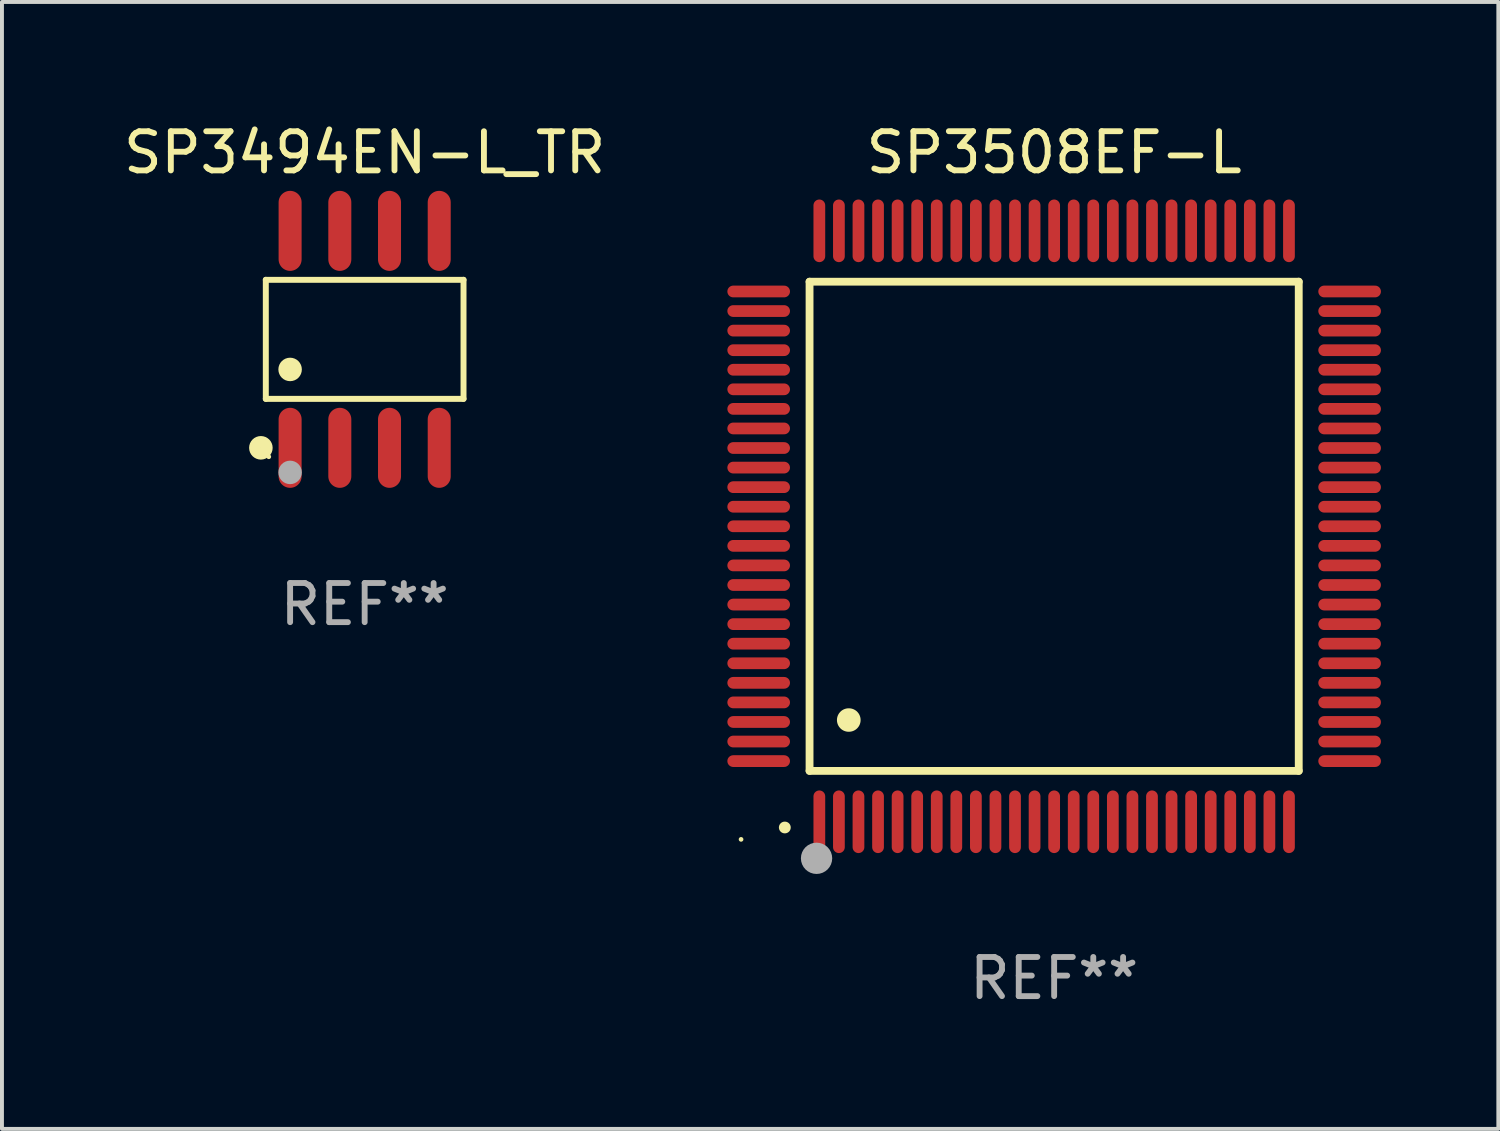
<source format=kicad_pcb>
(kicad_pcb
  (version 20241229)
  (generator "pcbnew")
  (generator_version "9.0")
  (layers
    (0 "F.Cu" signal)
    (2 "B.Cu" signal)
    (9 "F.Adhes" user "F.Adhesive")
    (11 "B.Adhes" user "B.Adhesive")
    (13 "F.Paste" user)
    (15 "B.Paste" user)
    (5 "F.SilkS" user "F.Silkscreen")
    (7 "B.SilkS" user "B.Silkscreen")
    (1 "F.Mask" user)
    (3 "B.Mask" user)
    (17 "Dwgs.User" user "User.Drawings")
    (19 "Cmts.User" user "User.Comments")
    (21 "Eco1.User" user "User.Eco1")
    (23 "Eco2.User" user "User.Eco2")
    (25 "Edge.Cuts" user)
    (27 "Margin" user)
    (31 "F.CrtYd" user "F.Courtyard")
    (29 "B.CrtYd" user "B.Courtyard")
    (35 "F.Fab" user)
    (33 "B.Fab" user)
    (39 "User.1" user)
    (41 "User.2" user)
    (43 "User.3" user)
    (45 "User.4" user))
  (footprint "SP3494EN-L_TR"
    (layer "F.Cu")
    (at 6.268 5.621)
    (property "Reference" "SP3494EN-L_TR" (at 0 -4.772 0) (layer "F.SilkS") (effects (font (size 1 1) (thickness 0.15))))
    (attr through_hole)
    (fp_line (start -2.526 -1.521) (end 2.526 -1.521) (stroke (width 0.152) (type solid)) (layer "F.SilkS"))
    (fp_line (start -2.526 1.521) (end -2.526 -1.521) (stroke (width 0.152) (type solid)) (layer "F.SilkS"))
    (fp_line (start 2.526 -1.521) (end 2.526 1.521) (stroke (width 0.152) (type solid)) (layer "F.SilkS"))
    (fp_line (start 2.526 1.521) (end -2.526 1.521) (stroke (width 0.152) (type solid)) (layer "F.SilkS"))
    (fp_circle (center -2.652 2.772) (end -2.501 2.772) (stroke (width 0.3) (type solid)) (fill no) (layer "F.SilkS"))
    (fp_circle (center -2.45 3) (end -2.42 3) (stroke (width 0.06) (type solid)) (fill no) (layer "F.SilkS"))
    (fp_circle (center -1.905 0.769) (end -1.755 0.769) (stroke (width 0.3) (type solid)) (fill no) (layer "F.SilkS"))
    (fp_circle (center -1.905 3.4) (end -1.755 3.4) (stroke (width 0.3) (type solid)) (fill no) (layer "F.Fab"))
    (fp_text user "REF**" (at 0 6.772 0) (layer "F.Fab") (effects (font (size 1 1) (thickness 0.15))))
    (pad "1" smd oval (at -1.905 2.772) (size 0.588 2.045) (layers "F.Cu" "F.Mask" "F.Paste"))
    (pad "2" smd oval (at -0.635 2.772) (size 0.588 2.045) (layers "F.Cu" "F.Mask" "F.Paste"))
    (pad "3" smd oval (at 0.635 2.772) (size 0.588 2.045) (layers "F.Cu" "F.Mask" "F.Paste"))
    (pad "4" smd oval (at 1.905 2.772) (size 0.588 2.045) (layers "F.Cu" "F.Mask" "F.Paste"))
    (pad "5" smd oval (at 1.905 -2.772) (size 0.588 2.045) (layers "F.Cu" "F.Mask" "F.Paste"))
    (pad "6" smd oval (at 0.635 -2.772) (size 0.588 2.045) (layers "F.Cu" "F.Mask" "F.Paste"))
    (pad "7" smd oval (at -0.635 -2.772) (size 0.588 2.045) (layers "F.Cu" "F.Mask" "F.Paste"))
    (pad "8" smd oval (at -1.905 -2.772) (size 0.588 2.045) (layers "F.Cu" "F.Mask" "F.Paste")))
  (footprint "SP3508EF-L"
    (layer "F.Cu")
    (at 23.886 10.398)
    (property "Reference" "SP3508EF-L" (at 0 -9.55 0) (layer "F.SilkS") (effects (font (size 1 1) (thickness 0.15))))
    (attr through_hole)
    (fp_line (start -6.25 -6.25) (end -6.25 6.25) (stroke (width 0.2) (type solid)) (layer "F.SilkS"))
    (fp_line (start -6.25 6.25) (end 6.25 6.25) (stroke (width 0.2) (type solid)) (layer "F.SilkS"))
    (fp_line (start 6.25 -6.25) (end -6.25 -6.25) (stroke (width 0.2) (type solid)) (layer "F.SilkS"))
    (fp_line (start 6.25 6.25) (end 6.25 -6.25) (stroke (width 0.2) (type solid)) (layer "F.SilkS"))
    (fp_arc (start -6.883414 7.696215) (mid -6.882144 7.69621) (end -6.880874 7.696215) (stroke (width 0.3) (type solid)) (layer "F.SilkS"))
    (fp_arc (start -5.250191 4.95047) (mid -5.247651 4.950459) (end -5.245111 4.95047) (stroke (width 0.6) (type solid)) (layer "F.SilkS"))
    (fp_circle (center -8 8) (end -7.97 8) (stroke (width 0.06) (type solid)) (fill no) (layer "F.SilkS"))
    (fp_circle (center -6.071 8.484) (end -5.871 8.484) (stroke (width 0.4) (type solid)) (fill no) (layer "F.Fab"))
    (fp_text user "REF**" (at 0 11.55 0) (layer "F.Fab") (effects (font (size 1 1) (thickness 0.15))))
    (pad "1" smd oval (at -6 7.55) (size 0.3 1.6) (layers "F.Cu" "F.Mask" "F.Paste"))
    (pad "2" smd oval (at -5.5 7.55) (size 0.3 1.6) (layers "F.Cu" "F.Mask" "F.Paste"))
    (pad "3" smd oval (at -5 7.55) (size 0.3 1.6) (layers "F.Cu" "F.Mask" "F.Paste"))
    (pad "4" smd oval (at -4.5 7.55) (size 0.3 1.6) (layers "F.Cu" "F.Mask" "F.Paste"))
    (pad "5" smd oval (at -4 7.55) (size 0.3 1.6) (layers "F.Cu" "F.Mask" "F.Paste"))
    (pad "6" smd oval (at -3.5 7.55) (size 0.3 1.6) (layers "F.Cu" "F.Mask" "F.Paste"))
    (pad "7" smd oval (at -3 7.55) (size 0.3 1.6) (layers "F.Cu" "F.Mask" "F.Paste"))
    (pad "8" smd oval (at -2.5 7.55) (size 0.3 1.6) (layers "F.Cu" "F.Mask" "F.Paste"))
    (pad "9" smd oval (at -2 7.55) (size 0.3 1.6) (layers "F.Cu" "F.Mask" "F.Paste"))
    (pad "10" smd oval (at -1.5 7.55) (size 0.3 1.6) (layers "F.Cu" "F.Mask" "F.Paste"))
    (pad "11" smd oval (at -1 7.55) (size 0.3 1.6) (layers "F.Cu" "F.Mask" "F.Paste"))
    (pad "12" smd oval (at -0.5 7.55) (size 0.3 1.6) (layers "F.Cu" "F.Mask" "F.Paste"))
    (pad "13" smd oval (at 0 7.55) (size 0.3 1.6) (layers "F.Cu" "F.Mask" "F.Paste"))
    (pad "14" smd oval (at 0.5 7.55) (size 0.3 1.6) (layers "F.Cu" "F.Mask" "F.Paste"))
    (pad "15" smd oval (at 1 7.55) (size 0.3 1.6) (layers "F.Cu" "F.Mask" "F.Paste"))
    (pad "16" smd oval (at 1.5 7.55) (size 0.3 1.6) (layers "F.Cu" "F.Mask" "F.Paste"))
    (pad "17" smd oval (at 2 7.55) (size 0.3 1.6) (layers "F.Cu" "F.Mask" "F.Paste"))
    (pad "18" smd oval (at 2.5 7.55) (size 0.3 1.6) (layers "F.Cu" "F.Mask" "F.Paste"))
    (pad "19" smd oval (at 3 7.55) (size 0.3 1.6) (layers "F.Cu" "F.Mask" "F.Paste"))
    (pad "20" smd oval (at 3.5 7.55) (size 0.3 1.6) (layers "F.Cu" "F.Mask" "F.Paste"))
    (pad "21" smd oval (at 4 7.55) (size 0.3 1.6) (layers "F.Cu" "F.Mask" "F.Paste"))
    (pad "22" smd oval (at 4.5 7.55) (size 0.3 1.6) (layers "F.Cu" "F.Mask" "F.Paste"))
    (pad "23" smd oval (at 5 7.55) (size 0.3 1.6) (layers "F.Cu" "F.Mask" "F.Paste"))
    (pad "24" smd oval (at 5.5 7.55) (size 0.3 1.6) (layers "F.Cu" "F.Mask" "F.Paste"))
    (pad "25" smd oval (at 6 7.55) (size 0.3 1.6) (layers "F.Cu" "F.Mask" "F.Paste"))
    (pad "26" smd oval (at 7.55 6) (size 1.6 0.3) (layers "F.Cu" "F.Mask" "F.Paste"))
    (pad "27" smd oval (at 7.55 5.5) (size 1.6 0.3) (layers "F.Cu" "F.Mask" "F.Paste"))
    (pad "28" smd oval (at 7.55 5) (size 1.6 0.3) (layers "F.Cu" "F.Mask" "F.Paste"))
    (pad "29" smd oval (at 7.55 4.5) (size 1.6 0.3) (layers "F.Cu" "F.Mask" "F.Paste"))
    (pad "30" smd oval (at 7.55 4) (size 1.6 0.3) (layers "F.Cu" "F.Mask" "F.Paste"))
    (pad "31" smd oval (at 7.55 3.5) (size 1.6 0.3) (layers "F.Cu" "F.Mask" "F.Paste"))
    (pad "32" smd oval (at 7.55 3) (size 1.6 0.3) (layers "F.Cu" "F.Mask" "F.Paste"))
    (pad "33" smd oval (at 7.55 2.5) (size 1.6 0.3) (layers "F.Cu" "F.Mask" "F.Paste"))
    (pad "34" smd oval (at 7.55 2) (size 1.6 0.3) (layers "F.Cu" "F.Mask" "F.Paste"))
    (pad "35" smd oval (at 7.55 1.5) (size 1.6 0.3) (layers "F.Cu" "F.Mask" "F.Paste"))
    (pad "36" smd oval (at 7.55 1) (size 1.6 0.3) (layers "F.Cu" "F.Mask" "F.Paste"))
    (pad "37" smd oval (at 7.55 0.5) (size 1.6 0.3) (layers "F.Cu" "F.Mask" "F.Paste"))
    (pad "38" smd oval (at 7.55 0) (size 1.6 0.3) (layers "F.Cu" "F.Mask" "F.Paste"))
    (pad "39" smd oval (at 7.55 -0.5) (size 1.6 0.3) (layers "F.Cu" "F.Mask" "F.Paste"))
    (pad "40" smd oval (at 7.55 -1) (size 1.6 0.3) (layers "F.Cu" "F.Mask" "F.Paste"))
    (pad "41" smd oval (at 7.55 -1.5) (size 1.6 0.3) (layers "F.Cu" "F.Mask" "F.Paste"))
    (pad "42" smd oval (at 7.55 -2) (size 1.6 0.3) (layers "F.Cu" "F.Mask" "F.Paste"))
    (pad "43" smd oval (at 7.55 -2.5) (size 1.6 0.3) (layers "F.Cu" "F.Mask" "F.Paste"))
    (pad "44" smd oval (at 7.55 -3) (size 1.6 0.3) (layers "F.Cu" "F.Mask" "F.Paste"))
    (pad "45" smd oval (at 7.55 -3.5) (size 1.6 0.3) (layers "F.Cu" "F.Mask" "F.Paste"))
    (pad "46" smd oval (at 7.55 -4) (size 1.6 0.3) (layers "F.Cu" "F.Mask" "F.Paste"))
    (pad "47" smd oval (at 7.55 -4.5) (size 1.6 0.3) (layers "F.Cu" "F.Mask" "F.Paste"))
    (pad "48" smd oval (at 7.55 -5) (size 1.6 0.3) (layers "F.Cu" "F.Mask" "F.Paste"))
    (pad "49" smd oval (at 7.55 -5.5) (size 1.6 0.3) (layers "F.Cu" "F.Mask" "F.Paste"))
    (pad "50" smd oval (at 7.55 -6) (size 1.6 0.3) (layers "F.Cu" "F.Mask" "F.Paste"))
    (pad "51" smd oval (at 6 -7.55) (size 0.3 1.6) (layers "F.Cu" "F.Mask" "F.Paste"))
    (pad "52" smd oval (at 5.5 -7.55) (size 0.3 1.6) (layers "F.Cu" "F.Mask" "F.Paste"))
    (pad "53" smd oval (at 5 -7.55) (size 0.3 1.6) (layers "F.Cu" "F.Mask" "F.Paste"))
    (pad "54" smd oval (at 4.5 -7.55) (size 0.3 1.6) (layers "F.Cu" "F.Mask" "F.Paste"))
    (pad "55" smd oval (at 4 -7.55) (size 0.3 1.6) (layers "F.Cu" "F.Mask" "F.Paste"))
    (pad "56" smd oval (at 3.5 -7.55) (size 0.3 1.6) (layers "F.Cu" "F.Mask" "F.Paste"))
    (pad "57" smd oval (at 3 -7.55) (size 0.3 1.6) (layers "F.Cu" "F.Mask" "F.Paste"))
    (pad "58" smd oval (at 2.5 -7.55) (size 0.3 1.6) (layers "F.Cu" "F.Mask" "F.Paste"))
    (pad "59" smd oval (at 2 -7.55) (size 0.3 1.6) (layers "F.Cu" "F.Mask" "F.Paste"))
    (pad "60" smd oval (at 1.5 -7.55) (size 0.3 1.6) (layers "F.Cu" "F.Mask" "F.Paste"))
    (pad "61" smd oval (at 1 -7.55) (size 0.3 1.6) (layers "F.Cu" "F.Mask" "F.Paste"))
    (pad "62" smd oval (at 0.5 -7.55) (size 0.3 1.6) (layers "F.Cu" "F.Mask" "F.Paste"))
    (pad "63" smd oval (at 0 -7.55) (size 0.3 1.6) (layers "F.Cu" "F.Mask" "F.Paste"))
    (pad "64" smd oval (at -0.5 -7.55) (size 0.3 1.6) (layers "F.Cu" "F.Mask" "F.Paste"))
    (pad "65" smd oval (at -1 -7.55) (size 0.3 1.6) (layers "F.Cu" "F.Mask" "F.Paste"))
    (pad "66" smd oval (at -1.5 -7.55) (size 0.3 1.6) (layers "F.Cu" "F.Mask" "F.Paste"))
    (pad "67" smd oval (at -2 -7.55) (size 0.3 1.6) (layers "F.Cu" "F.Mask" "F.Paste"))
    (pad "68" smd oval (at -2.5 -7.55) (size 0.3 1.6) (layers "F.Cu" "F.Mask" "F.Paste"))
    (pad "69" smd oval (at -3 -7.55) (size 0.3 1.6) (layers "F.Cu" "F.Mask" "F.Paste"))
    (pad "70" smd oval (at -3.5 -7.55) (size 0.3 1.6) (layers "F.Cu" "F.Mask" "F.Paste"))
    (pad "71" smd oval (at -4 -7.55) (size 0.3 1.6) (layers "F.Cu" "F.Mask" "F.Paste"))
    (pad "72" smd oval (at -4.5 -7.55) (size 0.3 1.6) (layers "F.Cu" "F.Mask" "F.Paste"))
    (pad "73" smd oval (at -5 -7.55) (size 0.3 1.6) (layers "F.Cu" "F.Mask" "F.Paste"))
    (pad "74" smd oval (at -5.5 -7.55) (size 0.3 1.6) (layers "F.Cu" "F.Mask" "F.Paste"))
    (pad "75" smd oval (at -6 -7.55) (size 0.3 1.6) (layers "F.Cu" "F.Mask" "F.Paste"))
    (pad "76" smd oval (at -7.55 -6) (size 1.6 0.3) (layers "F.Cu" "F.Mask" "F.Paste"))
    (pad "77" smd oval (at -7.55 -5.5) (size 1.6 0.3) (layers "F.Cu" "F.Mask" "F.Paste"))
    (pad "78" smd oval (at -7.55 -5) (size 1.6 0.3) (layers "F.Cu" "F.Mask" "F.Paste"))
    (pad "79" smd oval (at -7.55 -4.5) (size 1.6 0.3) (layers "F.Cu" "F.Mask" "F.Paste"))
    (pad "80" smd oval (at -7.55 -4) (size 1.6 0.3) (layers "F.Cu" "F.Mask" "F.Paste"))
    (pad "81" smd oval (at -7.55 -3.5) (size 1.6 0.3) (layers "F.Cu" "F.Mask" "F.Paste"))
    (pad "82" smd oval (at -7.55 -3) (size 1.6 0.3) (layers "F.Cu" "F.Mask" "F.Paste"))
    (pad "83" smd oval (at -7.55 -2.5) (size 1.6 0.3) (layers "F.Cu" "F.Mask" "F.Paste"))
    (pad "84" smd oval (at -7.55 -2) (size 1.6 0.3) (layers "F.Cu" "F.Mask" "F.Paste"))
    (pad "85" smd oval (at -7.55 -1.5) (size 1.6 0.3) (layers "F.Cu" "F.Mask" "F.Paste"))
    (pad "86" smd oval (at -7.55 -1) (size 1.6 0.3) (layers "F.Cu" "F.Mask" "F.Paste"))
    (pad "87" smd oval (at -7.55 -0.5) (size 1.6 0.3) (layers "F.Cu" "F.Mask" "F.Paste"))
    (pad "88" smd oval (at -7.55 0) (size 1.6 0.3) (layers "F.Cu" "F.Mask" "F.Paste"))
    (pad "89" smd oval (at -7.55 0.5) (size 1.6 0.3) (layers "F.Cu" "F.Mask" "F.Paste"))
    (pad "90" smd oval (at -7.55 1) (size 1.6 0.3) (layers "F.Cu" "F.Mask" "F.Paste"))
    (pad "91" smd oval (at -7.55 1.5) (size 1.6 0.3) (layers "F.Cu" "F.Mask" "F.Paste"))
    (pad "92" smd oval (at -7.55 2) (size 1.6 0.3) (layers "F.Cu" "F.Mask" "F.Paste"))
    (pad "93" smd oval (at -7.55 2.5) (size 1.6 0.3) (layers "F.Cu" "F.Mask" "F.Paste"))
    (pad "94" smd oval (at -7.55 3) (size 1.6 0.3) (layers "F.Cu" "F.Mask" "F.Paste"))
    (pad "95" smd oval (at -7.55 3.5) (size 1.6 0.3) (layers "F.Cu" "F.Mask" "F.Paste"))
    (pad "96" smd oval (at -7.55 4) (size 1.6 0.3) (layers "F.Cu" "F.Mask" "F.Paste"))
    (pad "97" smd oval (at -7.55 4.5) (size 1.6 0.3) (layers "F.Cu" "F.Mask" "F.Paste"))
    (pad "98" smd oval (at -7.55 5) (size 1.6 0.3) (layers "F.Cu" "F.Mask" "F.Paste"))
    (pad "99" smd oval (at -7.55 5.5) (size 1.6 0.3) (layers "F.Cu" "F.Mask" "F.Paste"))
    (pad "100" smd oval (at -7.55 6) (size 1.6 0.3) (layers "F.Cu" "F.Mask" "F.Paste")))
  (gr_rect
    (start -3 -3)
    (end 35.236 25.796)
    (stroke (width 0.1) (type default))
    (fill no)
    (layer "Edge.Cuts")))
</source>
